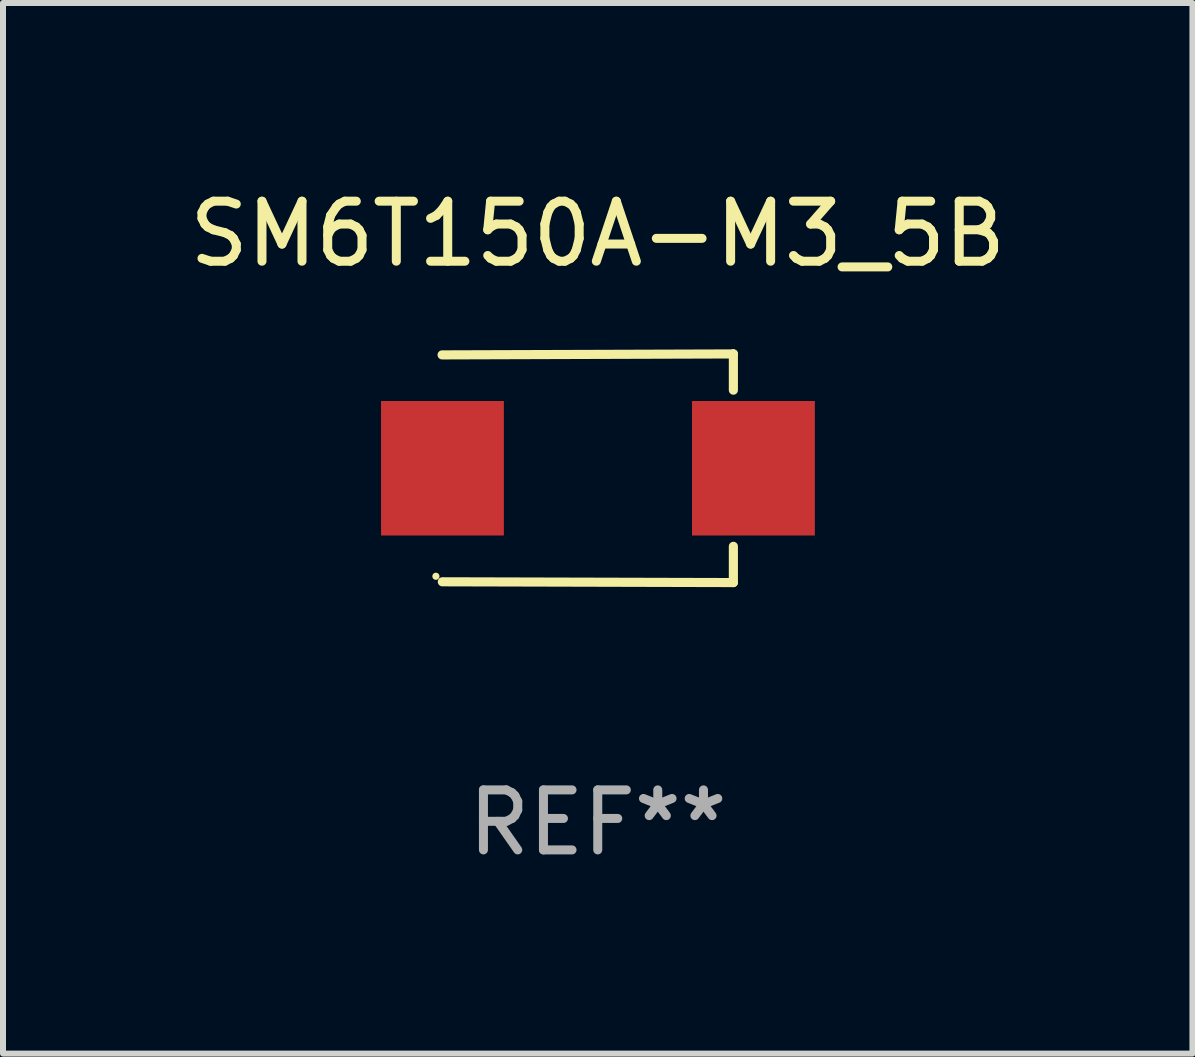
<source format=kicad_pcb>
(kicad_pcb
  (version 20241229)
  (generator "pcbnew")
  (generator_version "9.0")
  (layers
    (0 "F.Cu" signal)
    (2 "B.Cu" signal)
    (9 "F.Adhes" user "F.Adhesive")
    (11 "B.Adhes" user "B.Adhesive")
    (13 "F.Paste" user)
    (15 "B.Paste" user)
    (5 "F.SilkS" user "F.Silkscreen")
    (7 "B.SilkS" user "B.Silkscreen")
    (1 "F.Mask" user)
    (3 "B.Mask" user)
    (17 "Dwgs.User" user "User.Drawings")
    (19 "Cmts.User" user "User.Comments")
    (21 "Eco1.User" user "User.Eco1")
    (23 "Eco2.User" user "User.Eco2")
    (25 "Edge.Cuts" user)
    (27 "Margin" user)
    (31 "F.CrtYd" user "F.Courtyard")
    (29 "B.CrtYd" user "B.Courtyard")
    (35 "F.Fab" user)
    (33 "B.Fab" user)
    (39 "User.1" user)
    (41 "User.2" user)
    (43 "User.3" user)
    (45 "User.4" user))
  (footprint "SM6T150A-M3_5B"
    (layer "F.Cu")
    (at 6.911 4.753)
    (property "Reference" "SM6T150A-M3_5B" (at 0 -3.905 0) (layer "F.SilkS") (effects (font (size 1 1) (thickness 0.15))))
    (attr through_hole)
    (fp_line (start 2.256 -1.905) (end -2.594 -1.889) (stroke (width 0.152) (type solid)) (layer "F.SilkS"))
    (fp_line (start 2.256 -1.905) (end 2.26 -1.905) (stroke (width 0.152) (type solid)) (layer "F.SilkS"))
    (fp_line (start 2.26 -1.905) (end 2.26 -1.301) (stroke (width 0.152) (type solid)) (layer "F.SilkS"))
    (fp_line (start 2.26 1.301) (end 2.26 1.905) (stroke (width 0.152) (type solid)) (layer "F.SilkS"))
    (fp_line (start 2.26 1.905) (end -2.59 1.892) (stroke (width 0.152) (type solid)) (layer "F.SilkS"))
    (fp_circle (center -2.697 1.8) (end -2.667 1.8) (stroke (width 0.06) (type solid)) (fill no) (layer "F.SilkS"))
    (fp_text user "REF**" (at 0 5.905 0) (layer "F.Fab") (effects (font (size 1 1) (thickness 0.15))))
    (pad "1" smd rect (at -2.588 0) (size 2.047 2.241) (layers "F.Cu" "F.Mask" "F.Paste"))
    (pad "2" smd rect (at 2.594 0) (size 2.047 2.241) (layers "F.Cu" "F.Mask" "F.Paste")))
  (gr_rect
    (start -3 -3)
    (end 16.821 14.507)
    (stroke (width 0.1) (type default))
    (fill no)
    (layer "Edge.Cuts")))
</source>
